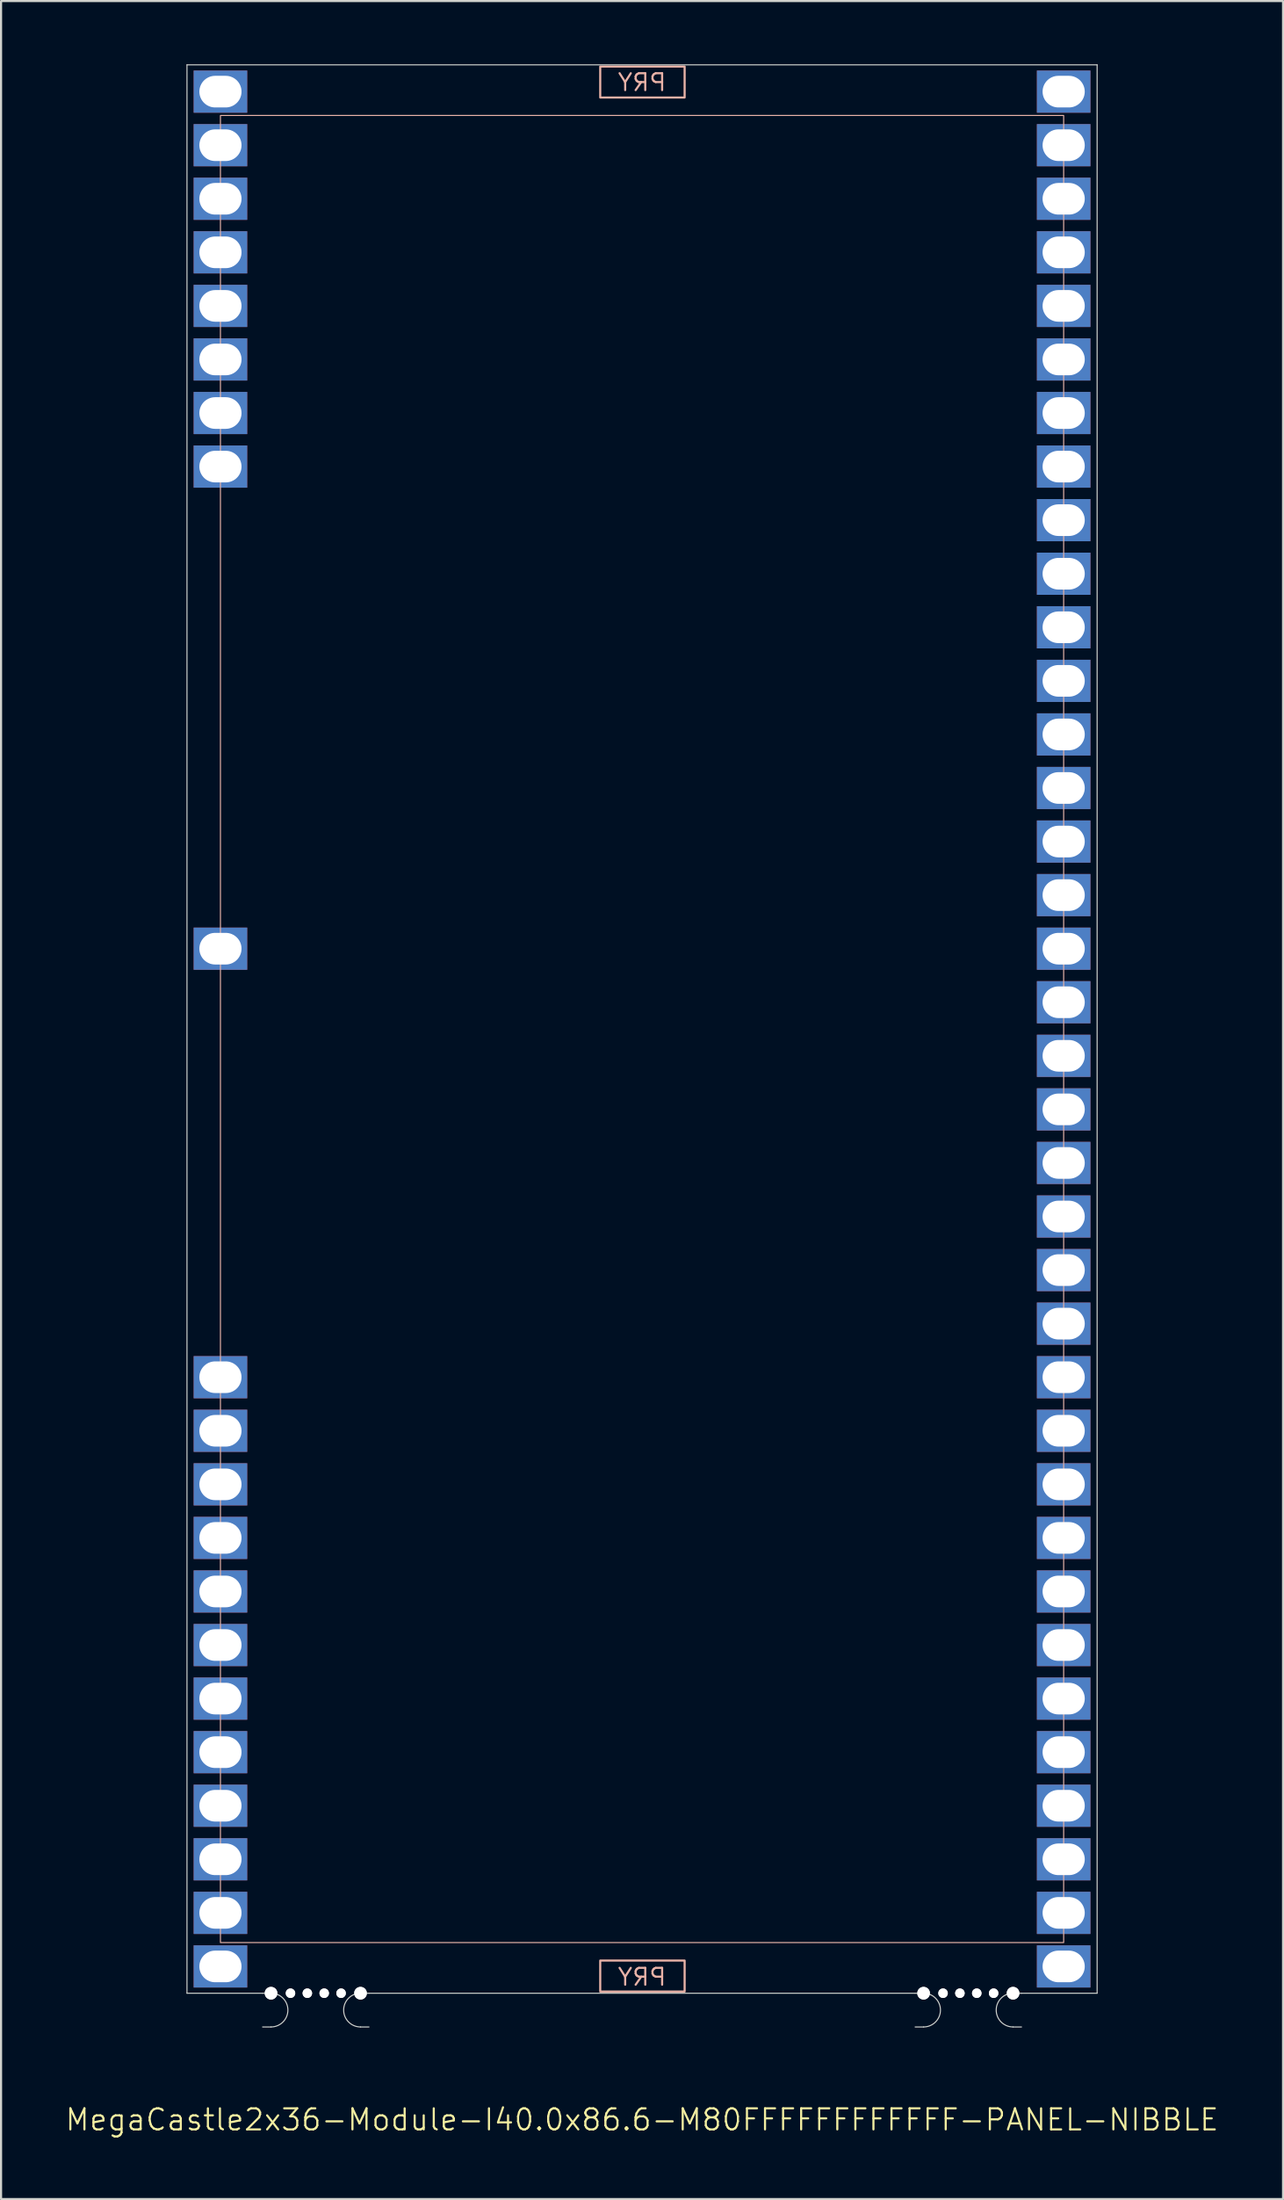
<source format=kicad_pcb>
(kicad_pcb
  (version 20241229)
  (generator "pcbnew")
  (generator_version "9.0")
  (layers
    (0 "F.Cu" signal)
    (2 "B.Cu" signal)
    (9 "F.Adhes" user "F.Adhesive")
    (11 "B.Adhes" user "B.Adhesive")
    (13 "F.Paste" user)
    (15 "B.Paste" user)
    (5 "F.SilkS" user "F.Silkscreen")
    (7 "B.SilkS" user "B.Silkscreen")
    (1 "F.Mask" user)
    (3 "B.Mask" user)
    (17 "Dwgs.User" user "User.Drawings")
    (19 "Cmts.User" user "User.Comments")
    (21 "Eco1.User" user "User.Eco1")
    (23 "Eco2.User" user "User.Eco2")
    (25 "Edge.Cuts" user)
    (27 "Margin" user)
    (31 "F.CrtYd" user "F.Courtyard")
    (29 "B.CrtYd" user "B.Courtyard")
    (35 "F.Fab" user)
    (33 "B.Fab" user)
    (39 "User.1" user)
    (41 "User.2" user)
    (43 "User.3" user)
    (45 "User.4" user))
  (footprint "MegaCastle2x36-Module-I40.0x86.6-M80FFFFFFFFFFFF-PANEL-NIBBLE"
    (layer "F.Cu")
    (at 27.407 45.745)
    (property "Reference" "MegaCastle2x36-Module-I40.0x86.6-M80FFFFFFFFFFFF-PANEL-NIBBLE" (at 0 51.72 0) (unlocked yes) (layer "F.SilkS") (effects (font (size 1 1) (thickness 0.1))))
    (attr smd)
    (fp_rect (start -20 43.32) (end 20 -43.32) (stroke (width 0.05) (type default)) (fill no) (layer "B.SilkS"))
    (fp_rect (start -1.984 -44.171) (end 2.02 -45.64) (stroke (width 0.1) (type default)) (fill no) (layer "B.SilkS"))
    (fp_rect (start -1.984 44.171) (end 2.02 45.64) (stroke (width 0.1) (type default)) (fill no) (layer "B.SilkS"))
    (fp_line (start -21.587 -45.72) (end -21.587 45.72) (stroke (width 0.05) (type default)) (layer "Edge.Cuts"))
    (fp_line (start -21.587 -45.72) (end 21.587 -45.72) (stroke (width 0.05) (type default)) (layer "Edge.Cuts"))
    (fp_line (start -21.587 45.72) (end -18 45.72) (stroke (width 0.05) (type default)) (layer "Edge.Cuts"))
    (fp_line (start -18 45.72) (end -17.6 45.72) (stroke (width 0.05) (type default)) (layer "Edge.Cuts"))
    (fp_line (start -18 47.32) (end -17.6 47.32) (stroke (width 0.05) (type default)) (layer "Edge.Cuts"))
    (fp_line (start -12.955 45.72) (end -13.355 45.72) (stroke (width 0.05) (type default)) (layer "Edge.Cuts"))
    (fp_line (start -12.955 45.72) (end 12.955 45.72) (stroke (width 0.05) (type default)) (layer "Edge.Cuts"))
    (fp_line (start -12.955 47.32) (end -13.355 47.32) (stroke (width 0.05) (type default)) (layer "Edge.Cuts"))
    (fp_line (start 12.955 45.72) (end 13.355 45.72) (stroke (width 0.05) (type default)) (layer "Edge.Cuts"))
    (fp_line (start 12.955 47.32) (end 13.355 47.32) (stroke (width 0.05) (type default)) (layer "Edge.Cuts"))
    (fp_line (start 18 45.72) (end 17.6 45.72) (stroke (width 0.05) (type default)) (layer "Edge.Cuts"))
    (fp_line (start 18 45.72) (end 21.587 45.72) (stroke (width 0.05) (type default)) (layer "Edge.Cuts"))
    (fp_line (start 18 47.32) (end 17.6 47.32) (stroke (width 0.05) (type default)) (layer "Edge.Cuts"))
    (fp_line (start 21.587 -45.72) (end 21.587 45.72) (stroke (width 0.05) (type default)) (layer "Edge.Cuts"))
    (fp_arc (start -17.6 45.720001) (mid -16.799999 46.52) (end -17.6 47.32) (stroke (width 0.05) (type default)) (layer "Edge.Cuts"))
    (fp_arc (start -13.355 47.32) (mid -14.154999 46.520001) (end -13.355 45.720001) (stroke (width 0.05) (type default)) (layer "Edge.Cuts"))
    (fp_arc (start 13.355001 45.720001) (mid 14.155002 46.52) (end 13.355001 47.32) (stroke (width 0.05) (type default)) (layer "Edge.Cuts"))
    (fp_arc (start 17.600002 47.32) (mid 16.8 46.52) (end 17.600002 45.720001) (stroke (width 0.05) (type default)) (layer "Edge.Cuts"))
    (fp_text user "PRY" (at 0 -44.42 0) (unlocked yes) (layer "B.SilkS") (effects (font (size 0.8 0.8) (thickness 0.1)) (justify bottom mirror)))
    (fp_text user "PRY" (at 0 45.42 0) (unlocked yes) (layer "B.SilkS") (effects (font (size 0.8 0.8) (thickness 0.1)) (justify bottom mirror)))
    (pad "" np_thru_hole circle (at -17.6 45.72) (size 0.6 0.6) (drill 0.6) (layers "*.Cu" "Edge.Cuts"))
    (pad "" np_thru_hole circle (at -16.677 45.72) (size 0.45 0.45) (drill 0.45) (layers "*.Cu" "Edge.Cuts"))
    (pad "" np_thru_hole circle (at -15.878 45.72) (size 0.45 0.45) (drill 0.45) (layers "*.Cu" "Edge.Cuts"))
    (pad "" np_thru_hole circle (at -15.078 45.72) (size 0.45 0.45) (drill 0.45) (layers "*.Cu" "Edge.Cuts"))
    (pad "" np_thru_hole circle (at -14.277 45.72) (size 0.45 0.45) (drill 0.45) (layers "*.Cu" "Edge.Cuts"))
    (pad "" np_thru_hole circle (at -13.355 45.72) (size 0.6 0.6) (drill 0.6) (layers "*.Cu" "Edge.Cuts"))
    (pad "" np_thru_hole circle (at 13.355 45.72) (size 0.6 0.6) (drill 0.6) (layers "*.Cu" "Edge.Cuts"))
    (pad "" np_thru_hole circle (at 14.278 45.72) (size 0.45 0.45) (drill 0.45) (layers "*.Cu" "Edge.Cuts"))
    (pad "" np_thru_hole circle (at 15.078 45.72) (size 0.45 0.45) (drill 0.45) (layers "*.Cu" "Edge.Cuts"))
    (pad "" np_thru_hole circle (at 15.878 45.72) (size 0.45 0.45) (drill 0.45) (layers "*.Cu" "Edge.Cuts"))
    (pad "" np_thru_hole circle (at 16.678 45.72) (size 0.45 0.45) (drill 0.45) (layers "*.Cu" "Edge.Cuts"))
    (pad "" np_thru_hole circle (at 17.6 45.72) (size 0.6 0.6) (drill 0.6) (layers "*.Cu" "Edge.Cuts"))
    (pad "1" thru_hole rect (at -20 -44.45) (size 2.54 2) (drill oval 2 1.5) (property pad_prop_castellated) (layers "*.Cu" "*.Mask"))
    (pad "2" thru_hole rect (at -20 -41.91) (size 2.54 2) (drill oval 2 1.5) (property pad_prop_castellated) (layers "*.Cu" "*.Mask"))
    (pad "3" thru_hole rect (at -20 -39.37) (size 2.54 2) (drill oval 2 1.5) (property pad_prop_castellated) (layers "*.Cu" "*.Mask"))
    (pad "4" thru_hole rect (at -20 -36.83) (size 2.54 2) (drill oval 2 1.5) (property pad_prop_castellated) (layers "*.Cu" "*.Mask"))
    (pad "5" thru_hole rect (at -20 -34.29) (size 2.54 2) (drill oval 2 1.5) (property pad_prop_castellated) (layers "*.Cu" "*.Mask"))
    (pad "6" thru_hole rect (at -20 -31.75) (size 2.54 2) (drill oval 2 1.5) (property pad_prop_castellated) (layers "*.Cu" "*.Mask"))
    (pad "7" thru_hole rect (at -20 -29.21) (size 2.54 2) (drill oval 2 1.5) (property pad_prop_castellated) (layers "*.Cu" "*.Mask"))
    (pad "8" thru_hole rect (at -20 -26.67) (size 2.54 2) (drill oval 2 1.5) (property pad_prop_castellated) (layers "*.Cu" "*.Mask"))
    (pad "17" thru_hole rect (at -20 -3.81) (size 2.54 2) (drill oval 2 1.5) (property pad_prop_castellated) (layers "*.Cu" "*.Mask"))
    (pad "25" thru_hole rect (at -20 16.51) (size 2.54 2) (drill oval 2 1.5) (property pad_prop_castellated) (layers "*.Cu" "*.Mask"))
    (pad "26" thru_hole rect (at -20 19.05) (size 2.54 2) (drill oval 2 1.5) (property pad_prop_castellated) (layers "*.Cu" "*.Mask"))
    (pad "27" thru_hole rect (at -20 21.59) (size 2.54 2) (drill oval 2 1.5) (property pad_prop_castellated) (layers "*.Cu" "*.Mask"))
    (pad "28" thru_hole rect (at -20 24.13) (size 2.54 2) (drill oval 2 1.5) (property pad_prop_castellated) (layers "*.Cu" "*.Mask"))
    (pad "29" thru_hole rect (at -20 26.67) (size 2.54 2) (drill oval 2 1.5) (property pad_prop_castellated) (layers "*.Cu" "*.Mask"))
    (pad "30" thru_hole rect (at -20 29.21) (size 2.54 2) (drill oval 2 1.5) (property pad_prop_castellated) (layers "*.Cu" "*.Mask"))
    (pad "31" thru_hole rect (at -20 31.75) (size 2.54 2) (drill oval 2 1.5) (property pad_prop_castellated) (layers "*.Cu" "*.Mask"))
    (pad "32" thru_hole rect (at -20 34.29) (size 2.54 2) (drill oval 2 1.5) (property pad_prop_castellated) (layers "*.Cu" "*.Mask"))
    (pad "33" thru_hole rect (at -20 36.83) (size 2.54 2) (drill oval 2 1.5) (property pad_prop_castellated) (layers "*.Cu" "*.Mask"))
    (pad "34" thru_hole rect (at -20 39.37) (size 2.54 2) (drill oval 2 1.5) (property pad_prop_castellated) (layers "*.Cu" "*.Mask"))
    (pad "35" thru_hole rect (at -20 41.91) (size 2.54 2) (drill oval 2 1.5) (property pad_prop_castellated) (layers "*.Cu" "*.Mask"))
    (pad "36" thru_hole rect (at -20 44.45) (size 2.54 2) (drill oval 2 1.5) (property pad_prop_castellated) (layers "*.Cu" "*.Mask"))
    (pad "37" thru_hole rect (at 20 -44.45) (size 2.54 2) (drill oval 2 1.5) (property pad_prop_castellated) (layers "*.Cu" "*.Mask"))
    (pad "38" thru_hole rect (at 20 -41.91) (size 2.54 2) (drill oval 2 1.5) (property pad_prop_castellated) (layers "*.Cu" "*.Mask"))
    (pad "39" thru_hole rect (at 20 -39.37) (size 2.54 2) (drill oval 2 1.5) (property pad_prop_castellated) (layers "*.Cu" "*.Mask"))
    (pad "40" thru_hole rect (at 20 -36.83) (size 2.54 2) (drill oval 2 1.5) (property pad_prop_castellated) (layers "*.Cu" "*.Mask"))
    (pad "41" thru_hole rect (at 20 -34.29) (size 2.54 2) (drill oval 2 1.5) (property pad_prop_castellated) (layers "*.Cu" "*.Mask"))
    (pad "42" thru_hole rect (at 20 -31.75) (size 2.54 2) (drill oval 2 1.5) (property pad_prop_castellated) (layers "*.Cu" "*.Mask"))
    (pad "43" thru_hole rect (at 20 -29.21) (size 2.54 2) (drill oval 2 1.5) (property pad_prop_castellated) (layers "*.Cu" "*.Mask"))
    (pad "44" thru_hole rect (at 20 -26.67) (size 2.54 2) (drill oval 2 1.5) (property pad_prop_castellated) (layers "*.Cu" "*.Mask"))
    (pad "45" thru_hole rect (at 20 -24.13) (size 2.54 2) (drill oval 2 1.5) (property pad_prop_castellated) (layers "*.Cu" "*.Mask"))
    (pad "46" thru_hole rect (at 20 -21.59) (size 2.54 2) (drill oval 2 1.5) (property pad_prop_castellated) (layers "*.Cu" "*.Mask"))
    (pad "47" thru_hole rect (at 20 -19.05) (size 2.54 2) (drill oval 2 1.5) (property pad_prop_castellated) (layers "*.Cu" "*.Mask"))
    (pad "48" thru_hole rect (at 20 -16.51) (size 2.54 2) (drill oval 2 1.5) (property pad_prop_castellated) (layers "*.Cu" "*.Mask"))
    (pad "49" thru_hole rect (at 20 -13.97) (size 2.54 2) (drill oval 2 1.5) (property pad_prop_castellated) (layers "*.Cu" "*.Mask"))
    (pad "50" thru_hole rect (at 20 -11.43) (size 2.54 2) (drill oval 2 1.5) (property pad_prop_castellated) (layers "*.Cu" "*.Mask"))
    (pad "51" thru_hole rect (at 20 -8.89) (size 2.54 2) (drill oval 2 1.5) (property pad_prop_castellated) (layers "*.Cu" "*.Mask"))
    (pad "52" thru_hole rect (at 20 -6.35) (size 2.54 2) (drill oval 2 1.5) (property pad_prop_castellated) (layers "*.Cu" "*.Mask"))
    (pad "53" thru_hole rect (at 20 -3.81) (size 2.54 2) (drill oval 2 1.5) (property pad_prop_castellated) (layers "*.Cu" "*.Mask"))
    (pad "54" thru_hole rect (at 20 -1.27) (size 2.54 2) (drill oval 2 1.5) (property pad_prop_castellated) (layers "*.Cu" "*.Mask"))
    (pad "55" thru_hole rect (at 20 1.27) (size 2.54 2) (drill oval 2 1.5) (property pad_prop_castellated) (layers "*.Cu" "*.Mask"))
    (pad "56" thru_hole rect (at 20 3.81) (size 2.54 2) (drill oval 2 1.5) (property pad_prop_castellated) (layers "*.Cu" "*.Mask"))
    (pad "57" thru_hole rect (at 20 6.35) (size 2.54 2) (drill oval 2 1.5) (property pad_prop_castellated) (layers "*.Cu" "*.Mask"))
    (pad "58" thru_hole rect (at 20 8.89) (size 2.54 2) (drill oval 2 1.5) (property pad_prop_castellated) (layers "*.Cu" "*.Mask"))
    (pad "59" thru_hole rect (at 20 11.43) (size 2.54 2) (drill oval 2 1.5) (property pad_prop_castellated) (layers "*.Cu" "*.Mask"))
    (pad "60" thru_hole rect (at 20 13.97) (size 2.54 2) (drill oval 2 1.5) (property pad_prop_castellated) (layers "*.Cu" "*.Mask"))
    (pad "61" thru_hole rect (at 20 16.51) (size 2.54 2) (drill oval 2 1.5) (property pad_prop_castellated) (layers "*.Cu" "*.Mask"))
    (pad "62" thru_hole rect (at 20 19.05) (size 2.54 2) (drill oval 2 1.5) (property pad_prop_castellated) (layers "*.Cu" "*.Mask"))
    (pad "63" thru_hole rect (at 20 21.59) (size 2.54 2) (drill oval 2 1.5) (property pad_prop_castellated) (layers "*.Cu" "*.Mask"))
    (pad "64" thru_hole rect (at 20 24.13) (size 2.54 2) (drill oval 2 1.5) (property pad_prop_castellated) (layers "*.Cu" "*.Mask"))
    (pad "65" thru_hole rect (at 20 26.67) (size 2.54 2) (drill oval 2 1.5) (property pad_prop_castellated) (layers "*.Cu" "*.Mask"))
    (pad "66" thru_hole rect (at 20 29.21) (size 2.54 2) (drill oval 2 1.5) (property pad_prop_castellated) (layers "*.Cu" "*.Mask"))
    (pad "67" thru_hole rect (at 20 31.75) (size 2.54 2) (drill oval 2 1.5) (property pad_prop_castellated) (layers "*.Cu" "*.Mask"))
    (pad "68" thru_hole rect (at 20 34.29) (size 2.54 2) (drill oval 2 1.5) (property pad_prop_castellated) (layers "*.Cu" "*.Mask"))
    (pad "69" thru_hole rect (at 20 36.83) (size 2.54 2) (drill oval 2 1.5) (property pad_prop_castellated) (layers "*.Cu" "*.Mask"))
    (pad "70" thru_hole rect (at 20 39.37) (size 2.54 2) (drill oval 2 1.5) (property pad_prop_castellated) (layers "*.Cu" "*.Mask"))
    (pad "71" thru_hole rect (at 20 41.91) (size 2.54 2) (drill oval 2 1.5) (property pad_prop_castellated) (layers "*.Cu" "*.Mask"))
    (pad "72" thru_hole rect (at 20 44.45) (size 2.54 2) (drill oval 2 1.5) (property pad_prop_castellated) (layers "*.Cu" "*.Mask"))
    (zone (net_name "") (layer "B.Cu") (hatch edge 0.5) (connect_pads) (min_thickness 0.25) (filled_areas_thickness no) (keepout (tracks allowed) (vias allowed) (pads allowed) (copperpour allowed) (footprints not_allowed)) (placement (enabled no)) (fill) (polygon (pts (xy 7.407 91.465) (xy 7.407 0.025))))
    (zone (net_name "") (layer "B.Cu") (hatch edge 0.5) (connect_pads) (min_thickness 0.25) (filled_areas_thickness no) (keepout (tracks allowed) (vias allowed) (pads allowed) (copperpour allowed) (footprints not_allowed)) (placement (enabled no)) (fill) (polygon (pts (xy 47.407 91.465) (xy 47.407 0.025))))
    (zone (net_name "") (layer "B.Cu") (hatch edge 0.5) (connect_pads) (min_thickness 0.25) (filled_areas_thickness no) (keepout (tracks allowed) (vias allowed) (pads allowed) (copperpour allowed) (footprints not_allowed)) (placement (enabled no)) (fill) (polygon (pts (xy 7.407 0.025) (xy 7.407 2.425) (xy 47.407 2.425) (xy 47.407 0.025))))
    (zone (net_name "") (layer "B.Cu") (hatch edge 0.5) (connect_pads) (min_thickness 0.25) (filled_areas_thickness no) (keepout (tracks allowed) (vias allowed) (pads allowed) (copperpour allowed) (footprints not_allowed)) (placement (enabled no)) (fill) (polygon (pts (xy 7.407 91.465) (xy 7.407 89.065) (xy 47.407 89.065) (xy 47.407 91.465))))
    (zone (net_name "") (layer "B.Cu") (name "Upper Pry Zone") (hatch edge 0.5) (connect_pads) (min_thickness 0.25) (filled_areas_thickness no) (keepout (tracks not_allowed) (vias not_allowed) (pads not_allowed) (copperpour allowed) (footprints not_allowed)) (placement (enabled no)) (fill) (polygon (pts (xy 25.423 1.574) (xy 25.423 0.105) (xy 29.427 0.105) (xy 29.427 1.574))))
    (zone (net_name "") (layer "B.Cu") (name "Upper Pry Zone") (hatch edge 0.5) (connect_pads) (min_thickness 0.25) (filled_areas_thickness no) (keepout (tracks not_allowed) (vias not_allowed) (pads not_allowed) (copperpour allowed) (footprints not_allowed)) (placement (enabled no)) (fill) (polygon (pts (xy 25.423 89.916) (xy 25.423 91.385) (xy 29.427 91.385) (xy 29.427 89.916)))))
  (gr_rect
    (start -3 -3)
    (end 57.814 101.226)
    (stroke (width 0.1) (type default))
    (fill no)
    (layer "Edge.Cuts")))
</source>
